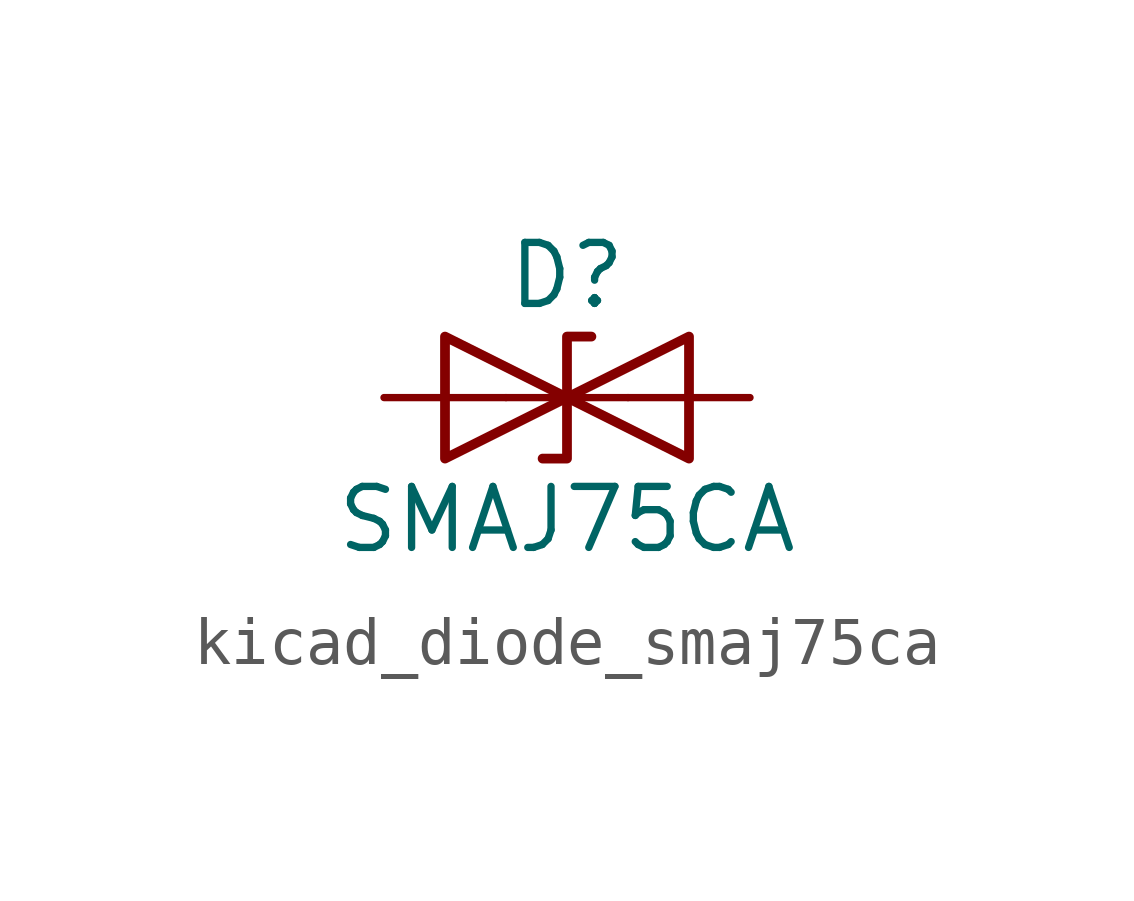
<source format=kicad_sym>
(kicad_symbol_lib
  (version 20220914)
  (generator kicad_symbol_editor)
  (symbol "kicad_diode_smaj75ca"
    (pin_numbers hide)
    (pin_names
      (offset 1.016) hide)
    (property "Reference" "D"
      (at 0 2.54 0)
      (effects (font (size 1.27 1.27))))
    (property "Value" "SMAJ75CA"
      (at 0 -2.54 0)
      (effects (font (size 1.27 1.27))))
    (symbol "kicad_diode_smaj75ca_0_1"
      (polyline (pts (xy 1.27 0) (xy -1.27 0)) (stroke (width 0) (type default)) (fill (type none)))
      (polyline (pts (xy -2.54 -1.27) (xy 0 0) (xy -2.54 1.27) (xy -2.54 -1.27)) (stroke (width 0.203) (type default)) (fill (type none)))
      (polyline (pts (xy 0.508 1.27) (xy 0 1.27) (xy 0 -1.27) (xy -0.508 -1.27)) (stroke (width 0.203) (type default)) (fill (type none)))
      (polyline (pts (xy 2.54 1.27) (xy 2.54 -1.27) (xy 0 0) (xy 2.54 1.27)) (stroke (width 0.203) (type default)) (fill (type none))))
    (symbol "kicad_diode_smaj75ca_1_1"
      (pin passive line (at -3.81 0 0) (length 2.54) (name "A1" (effects (font (size 1.27 1.27)))) (number "1" (effects (font (size 1.27 1.27)))))
      (pin passive line (at 3.81 0 180) (length 2.54) (name "A2" (effects (font (size 1.27 1.27)))) (number "2" (effects (font (size 1.27 1.27))))))))
</source>
